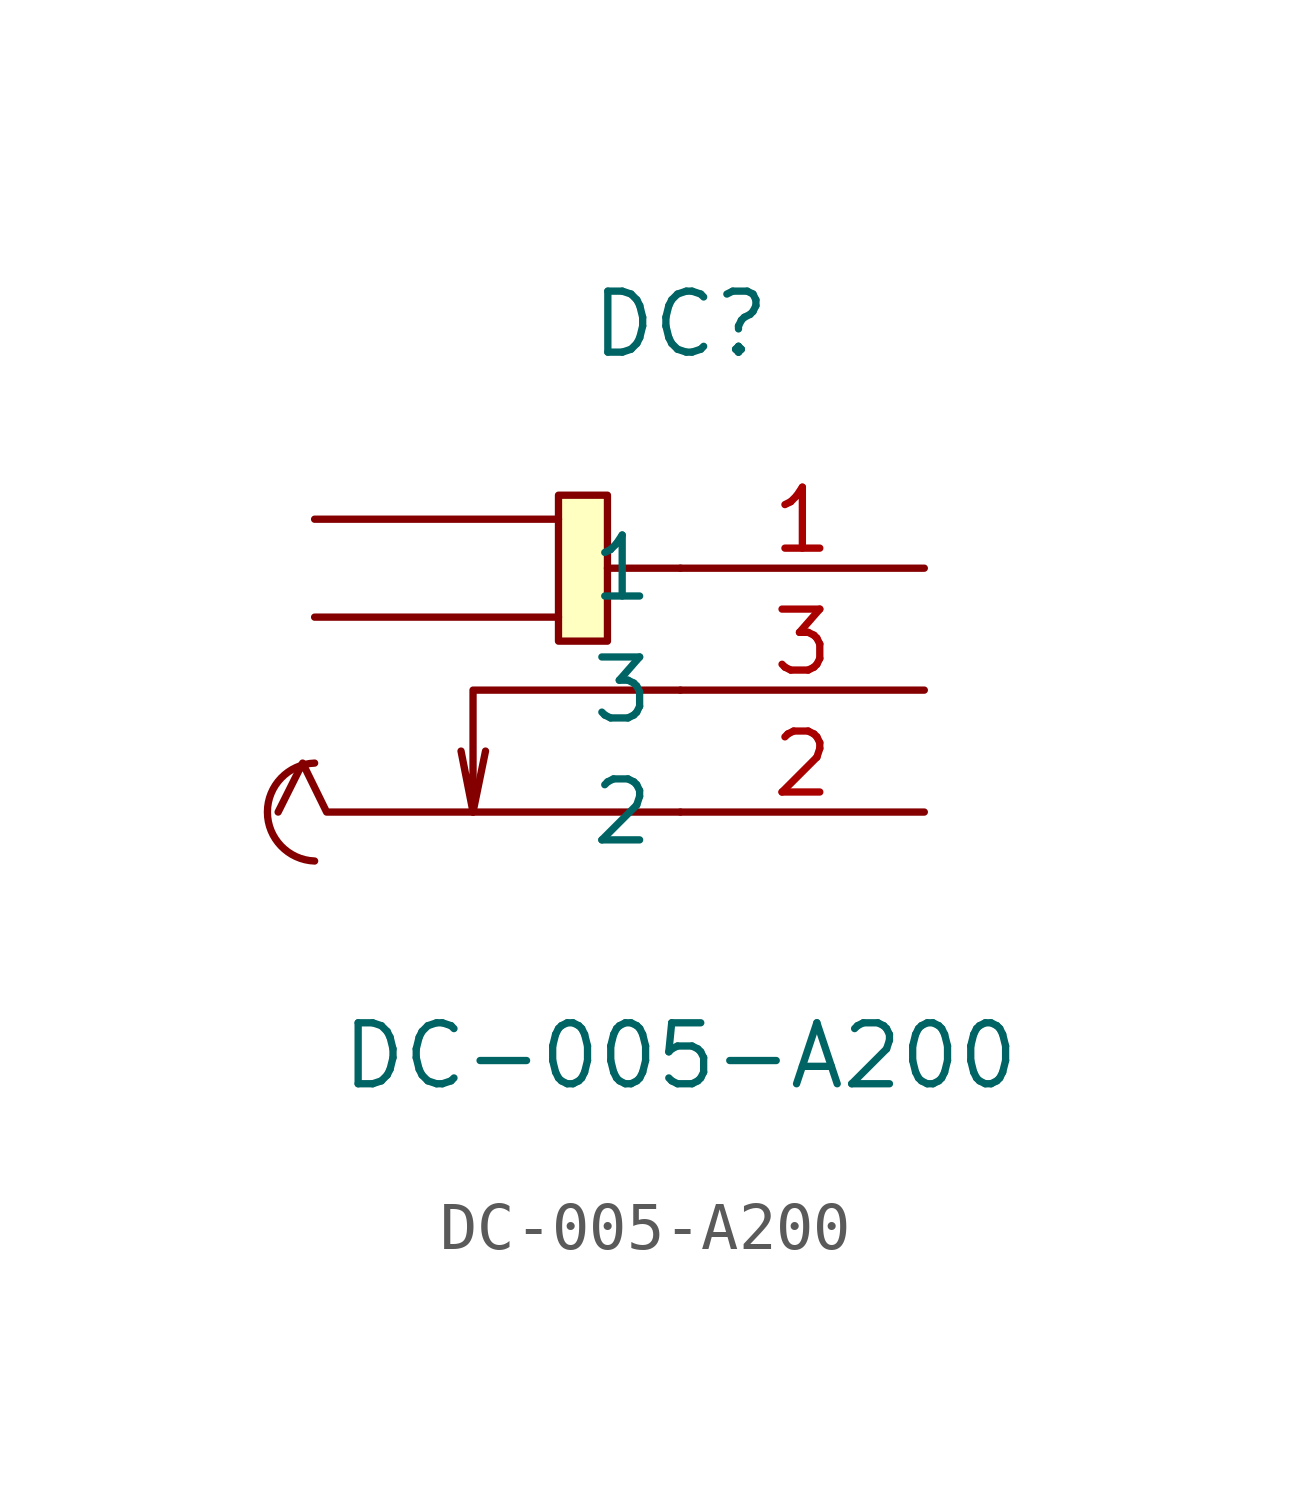
<source format=kicad_sym>
(kicad_symbol_lib
  (version 1)
  (generator "faebryk")
  (symbol "DC-005-A200"
    (property "Reference" "DC"
      (at 0 7.62 0)
      (effects (font (size 1.27 1.27)) (hide no)))
    (property "Value" "DC-005-A200"
      (at 0 -7.62 0)
      (effects (font (size 1.27 1.27)) (hide no)))
    (symbol "DC-005-A200_0_1"
      (polyline (stroke (width 0) (type default) (color 0 0 0 0)) (fill (type none)) (pts (xy -4.32 -2.54) (xy -4.06 -1.27)))
      (polyline (stroke (width 0) (type default) (color 0 0 0 0)) (fill (type none)) (pts (xy 0 0) (xy -4.32 0) (xy -4.32 -2.54) (xy -4.57 -1.27)))
      (polyline (stroke (width 0) (type default) (color 0 0 0 0)) (fill (type none)) (pts (xy 0 -2.54) (xy -7.37 -2.54) (xy -7.87 -1.52) (xy -8.38 -2.54)))
      (polyline (stroke (width 0) (type default) (color 0 0 0 0)) (fill (type none)) (pts (xy -2.54 1.52) (xy -7.62 1.52)))
      (polyline (stroke (width 0) (type default) (color 0 0 0 0)) (fill (type none)) (pts (xy -2.54 3.56) (xy -7.62 3.56)))
      (polyline (stroke (width 0) (type default) (color 0 0 0 0)) (fill (type none)) (pts (xy 0 2.54) (xy -1.52 2.54)))
      (rectangle (start -2.54 4.06) (end -1.52 1.02) (stroke (width 0) (type default) (color 0 0 0 0)) (fill (type background)))
      (arc (start -7.62 -1.52) (mid -7.41 -1.55) (end -7.62 -3.56) (stroke (width 0) (type default) (color 0 0 0 0)) (fill (type none)))
      (pin unspecified line (at 5.08 0 180) (length 5.08) (name "3" (effects (font (size 1.27 1.27)) (hide no))) (number "3" (effects (font (size 1.27 1.27)) (hide no))))
      (pin unspecified line (at 5.08 -2.54 180) (length 5.08) (name "2" (effects (font (size 1.27 1.27)) (hide no))) (number "2" (effects (font (size 1.27 1.27)) (hide no))))
      (pin unspecified line (at 5.08 2.54 180) (length 5.08) (name "1" (effects (font (size 1.27 1.27)) (hide no))) (number "1" (effects (font (size 1.27 1.27)) (hide no)))))))
</source>
